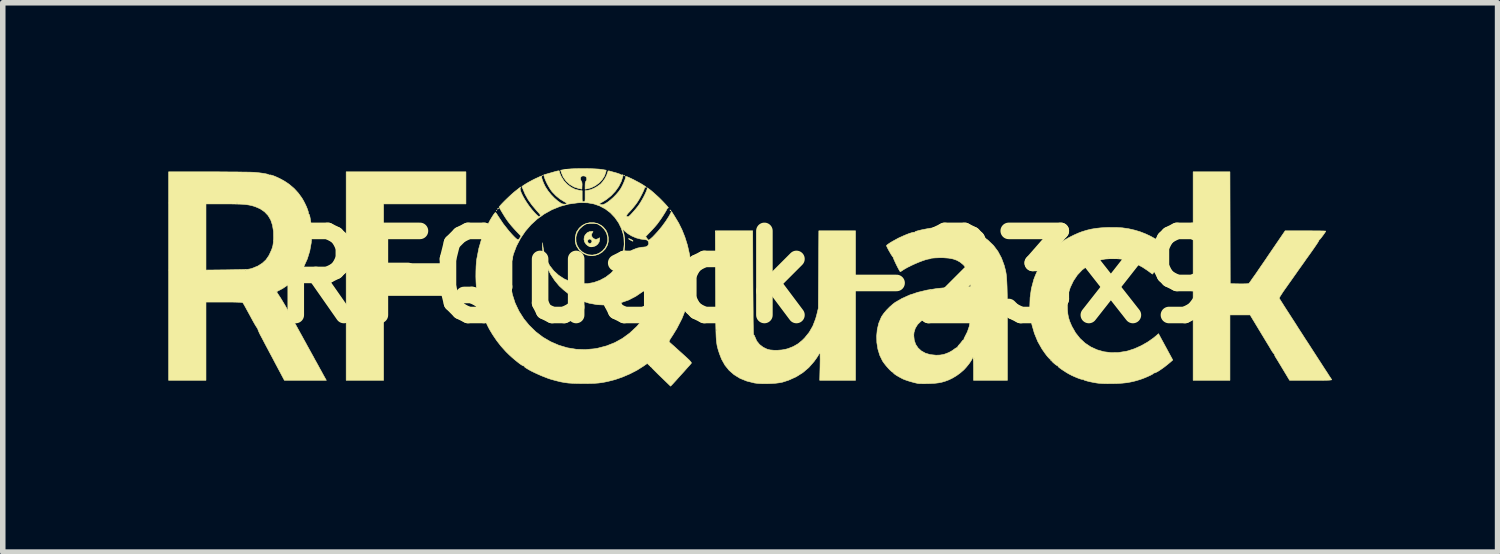
<source format=kicad_pcb>
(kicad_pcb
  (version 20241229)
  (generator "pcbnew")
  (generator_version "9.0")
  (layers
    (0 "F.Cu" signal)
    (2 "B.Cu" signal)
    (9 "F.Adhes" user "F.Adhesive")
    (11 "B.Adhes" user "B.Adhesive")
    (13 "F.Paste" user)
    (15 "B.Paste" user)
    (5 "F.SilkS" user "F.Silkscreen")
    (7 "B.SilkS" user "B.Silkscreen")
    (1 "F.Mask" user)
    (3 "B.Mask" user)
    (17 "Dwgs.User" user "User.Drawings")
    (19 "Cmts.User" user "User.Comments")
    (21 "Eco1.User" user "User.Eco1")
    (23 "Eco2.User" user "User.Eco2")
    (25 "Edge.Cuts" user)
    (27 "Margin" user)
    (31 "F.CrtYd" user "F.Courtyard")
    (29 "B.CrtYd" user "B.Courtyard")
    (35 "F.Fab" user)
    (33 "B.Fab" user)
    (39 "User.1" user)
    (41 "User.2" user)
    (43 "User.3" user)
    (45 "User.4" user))
  (footprint "RFQuack-23x9"
    (layer "F.Cu")
    (at 10.546 1.968)
    (property "Reference" "RFQuack-23x9" (at 0 0 0) (layer "F.SilkS") (effects (font (size 1.524 1.524) (thickness 0.3))))
    (attr through_hole)
    (fp_poly (pts (xy -4.593 -1.201) (xy -4.598 -1.196) (xy -4.604 -1.201) (xy -4.598 -1.206) (xy -4.593 -1.201)) (stroke (width 0.01) (type solid)) (fill yes) (layer "F.SilkS"))
    (fp_poly (pts (xy -3.757 -1.836) (xy -3.762 -1.831) (xy -3.768 -1.836) (xy -3.762 -1.841) (xy -3.757 -1.836)) (stroke (width 0.01) (type solid)) (fill yes) (layer "F.SilkS"))
    (fp_poly (pts (xy -1.799 1.625) (xy -1.804 1.63) (xy -1.81 1.625) (xy -1.804 1.619) (xy -1.799 1.625)) (stroke (width 0.01) (type solid)) (fill yes) (layer "F.SilkS"))
    (fp_poly (pts (xy 5.45 1.508) (xy 5.445 1.513) (xy 5.44 1.508) (xy 5.445 1.503) (xy 5.45 1.508)) (stroke (width 0.01) (type solid)) (fill yes) (layer "F.SilkS"))
    (fp_poly (pts (xy -2.279 -1.838) (xy -2.28 -1.832) (xy -2.286 -1.831) (xy -2.295 -1.835) (xy -2.293 -1.838) (xy -2.28 -1.839) (xy -2.279 -1.838)) (stroke (width 0.01) (type solid)) (fill yes) (layer "F.SilkS"))
    (fp_poly (pts (xy -1.452 -1.213) (xy -1.44 -1.203) (xy -1.439 -1.201) (xy -1.444 -1.196) (xy -1.455 -1.206) (xy -1.456 -1.208) (xy -1.457 -1.215) (xy -1.452 -1.213)) (stroke (width 0.01) (type solid)) (fill yes) (layer "F.SilkS"))
    (fp_poly (pts (xy -4.565 -1.242) (xy -4.567 -1.238) (xy -4.577 -1.228) (xy -4.579 -1.228) (xy -4.579 -1.235) (xy -4.577 -1.238) (xy -4.567 -1.248) (xy -4.565 -1.249) (xy -4.565 -1.242)) (stroke (width 0.01) (type solid)) (fill yes) (layer "F.SilkS"))
    (fp_poly (pts (xy -5.154 -1.323) (xy -6.646 -1.323) (xy -6.646 -0.243) (xy -5.387 -0.243) (xy -5.387 0.339) (xy -6.646 0.339) (xy -6.646 1.873) (xy -7.324 1.873) (xy -7.324 -1.905) (xy -5.154 -1.905) (xy -5.154 -1.323)) (stroke (width 0.01) (type solid)) (fill yes) (layer "F.SilkS"))
    (fp_poly (pts (xy -2.197 -0.694) (xy -2.175 -0.685) (xy -2.151 -0.673) (xy -2.133 -0.661) (xy -2.127 -0.654) (xy -2.128 -0.648) (xy -2.132 -0.648) (xy -2.146 -0.654) (xy -2.173 -0.668) (xy -2.197 -0.682) (xy -2.209 -0.692) (xy -2.209 -0.694) (xy -2.197 -0.694)) (stroke (width 0.01) (type solid)) (fill yes) (layer "F.SilkS"))
    (fp_poly (pts (xy -2.906 -1.962) (xy -2.828 -1.959) (xy -2.76 -1.955) (xy -2.708 -1.95) (xy -2.7 -1.949) (xy -2.612 -1.934) (xy -2.619 -1.901) (xy -2.643 -1.831) (xy -2.685 -1.764) (xy -2.741 -1.704) (xy -2.808 -1.654) (xy -2.883 -1.617) (xy -2.946 -1.599) (xy -2.995 -1.59) (xy -2.995 -1.656) (xy -2.993 -1.701) (xy -2.985 -1.728) (xy -2.979 -1.736) (xy -2.965 -1.76) (xy -2.967 -1.793) (xy -2.974 -1.81) (xy -2.993 -1.825) (xy -3.021 -1.831) (xy -3.05 -1.828) (xy -3.067 -1.818) (xy -3.078 -1.794) (xy -3.077 -1.763) (xy -3.064 -1.736) (xy -3.063 -1.735) (xy -3.053 -1.715) (xy -3.049 -1.682) (xy -3.05 -1.654) (xy -3.053 -1.591) (xy -3.111 -1.603) (xy -3.197 -1.631) (xy -3.274 -1.677) (xy -3.339 -1.737) (xy -3.391 -1.81) (xy -3.424 -1.888) (xy -3.438 -1.934) (xy -3.392 -1.942) (xy -2.752 -1.942) (xy -2.746 -1.937) (xy -2.741 -1.942) (xy -2.746 -1.947) (xy -2.752 -1.942) (xy -3.392 -1.942) (xy -3.351 -1.949) (xy -3.303 -1.954) (xy -3.239 -1.959) (xy -3.162 -1.962) (xy -3.078 -1.963) (xy -2.991 -1.963) (xy -2.906 -1.962)) (stroke (width 0.01) (type solid)) (fill yes) (layer "F.SilkS"))
    (fp_poly (pts (xy -2.856 -0.825) (xy -2.851 -0.82) (xy -2.86 -0.807) (xy -2.861 -0.806) (xy -2.878 -0.774) (xy -2.876 -0.74) (xy -2.858 -0.71) (xy -2.827 -0.689) (xy -2.801 -0.681) (xy -2.777 -0.686) (xy -2.763 -0.693) (xy -2.731 -0.71) (xy -2.731 -0.68) (xy -2.74 -0.634) (xy -2.766 -0.594) (xy -2.803 -0.565) (xy -2.848 -0.548) (xy -2.895 -0.546) (xy -2.925 -0.556) (xy -2.868 -0.556) (xy -2.863 -0.55) (xy -2.857 -0.556) (xy -2.863 -0.561) (xy -2.868 -0.556) (xy -2.925 -0.556) (xy -2.931 -0.558) (xy -2.957 -0.577) (xy -2.805 -0.577) (xy -2.799 -0.572) (xy -2.794 -0.577) (xy -2.799 -0.582) (xy -2.805 -0.577) (xy -2.957 -0.577) (xy -2.975 -0.59) (xy -3.003 -0.633) (xy -3.004 -0.636) (xy -2.95 -0.636) (xy -2.936 -0.617) (xy -2.918 -0.606) (xy -2.91 -0.603) (xy -2.898 -0.609) (xy -2.885 -0.617) (xy -2.871 -0.638) (xy -2.874 -0.663) (xy -2.892 -0.681) (xy -2.915 -0.687) (xy -2.936 -0.677) (xy -2.948 -0.658) (xy -2.95 -0.636) (xy -3.004 -0.636) (xy -3.015 -0.681) (xy -3.009 -0.729) (xy -2.992 -0.763) (xy -2.956 -0.802) (xy -2.912 -0.822) (xy -2.88 -0.825) (xy -2.856 -0.825)) (stroke (width 0.01) (type solid)) (fill yes) (layer "F.SilkS"))
    (fp_poly (pts (xy -2.769 -0.968) (xy -2.702 -0.933) (xy -2.663 -0.902) (xy -2.615 -0.844) (xy -2.586 -0.779) (xy -2.574 -0.712) (xy -2.575 -0.637) (xy -2.593 -0.571) (xy -2.629 -0.509) (xy -2.634 -0.502) (xy -2.686 -0.45) (xy -2.749 -0.412) (xy -2.82 -0.389) (xy -2.894 -0.384) (xy -2.965 -0.398) (xy -2.969 -0.399) (xy -3.043 -0.436) (xy -3.103 -0.488) (xy -3.146 -0.553) (xy -3.164 -0.597) (xy -3.173 -0.645) (xy -3.173 -0.702) (xy -3.172 -0.71) (xy -3.161 -0.71) (xy -3.159 -0.635) (xy -3.138 -0.568) (xy -3.103 -0.509) (xy -3.055 -0.46) (xy -2.997 -0.424) (xy -2.933 -0.402) (xy -2.864 -0.396) (xy -2.794 -0.408) (xy -2.739 -0.431) (xy -2.676 -0.476) (xy -2.629 -0.532) (xy -2.598 -0.595) (xy -2.585 -0.662) (xy -2.588 -0.731) (xy -2.608 -0.798) (xy -2.646 -0.861) (xy -2.7 -0.916) (xy -2.714 -0.926) (xy -2.743 -0.945) (xy -2.765 -0.958) (xy -2.788 -0.965) (xy -2.817 -0.968) (xy -2.859 -0.968) (xy -2.873 -0.968) (xy -2.92 -0.968) (xy -2.952 -0.966) (xy -2.976 -0.96) (xy -2.997 -0.95) (xy -3.024 -0.932) (xy -3.033 -0.926) (xy -3.094 -0.871) (xy -3.136 -0.807) (xy -3.158 -0.734) (xy -3.161 -0.71) (xy -3.172 -0.71) (xy -3.165 -0.76) (xy -3.151 -0.81) (xy -3.146 -0.82) (xy -3.102 -0.884) (xy -3.046 -0.933) (xy -2.982 -0.966) (xy -2.912 -0.983) (xy -2.839 -0.984) (xy -2.769 -0.968)) (stroke (width 0.01) (type solid)) (fill yes) (layer "F.SilkS"))
    (fp_poly (pts (xy 0.046 0.082) (xy 0.047 0.248) (xy 0.048 0.395) (xy 0.049 0.522) (xy 0.05 0.633) (xy 0.05 0.727) (xy 0.051 0.806) (xy 0.052 0.871) (xy 0.053 0.924) (xy 0.054 0.966) (xy 0.055 0.998) (xy 0.056 1.022) (xy 0.058 1.037) (xy 0.059 1.047) (xy 0.061 1.052) (xy 0.063 1.053) (xy 0.065 1.052) (xy 0.071 1.059) (xy 0.08 1.08) (xy 0.083 1.088) (xy 0.115 1.161) (xy 0.166 1.224) (xy 0.233 1.275) (xy 0.302 1.308) (xy 0.355 1.322) (xy 0.423 1.328) (xy 0.498 1.328) (xy 0.574 1.322) (xy 0.646 1.308) (xy 0.683 1.298) (xy 0.777 1.261) (xy 0.86 1.213) (xy 0.938 1.15) (xy 0.984 1.104) (xy 1.065 1.004) (xy 1.131 0.89) (xy 1.181 0.761) (xy 1.203 0.683) (xy 1.231 0.566) (xy 1.236 -0.135) (xy 1.24 -0.836) (xy 1.572 -0.836) (xy 1.905 -0.836) (xy 1.905 1.873) (xy 1.256 1.873) (xy 1.262 1.625) (xy 1.263 1.555) (xy 1.264 1.492) (xy 1.263 1.44) (xy 1.263 1.402) (xy 1.261 1.38) (xy 1.26 1.376) (xy 1.252 1.384) (xy 1.238 1.406) (xy 1.233 1.415) (xy 1.217 1.442) (xy 1.192 1.479) (xy 1.163 1.519) (xy 1.152 1.534) (xy 1.059 1.64) (xy 0.951 1.732) (xy 0.829 1.809) (xy 0.694 1.87) (xy 0.583 1.906) (xy 0.527 1.917) (xy 0.456 1.926) (xy 0.376 1.931) (xy 0.291 1.934) (xy 0.208 1.933) (xy 0.133 1.929) (xy 0.072 1.921) (xy 0.069 1.92) (xy -0.067 1.886) (xy -0.188 1.837) (xy -0.294 1.772) (xy -0.385 1.693) (xy -0.461 1.599) (xy -0.522 1.49) (xy -0.561 1.389) (xy -0.572 1.355) (xy -0.582 1.325) (xy -0.59 1.296) (xy -0.598 1.267) (xy -0.604 1.238) (xy -0.609 1.206) (xy -0.614 1.169) (xy -0.618 1.128) (xy -0.621 1.079) (xy -0.623 1.022) (xy -0.625 0.963) (xy -0.624 0.963) (xy -0.621 0.972) (xy -0.617 0.97) (xy -0.616 0.958) (xy -0.617 0.956) (xy -0.624 0.957) (xy -0.624 0.963) (xy -0.625 0.963) (xy -0.625 0.955) (xy -0.627 0.877) (xy -0.628 0.786) (xy -0.629 0.68) (xy -0.63 0.559) (xy -0.631 0.421) (xy -0.631 0.264) (xy -0.632 0.14) (xy -0.636 -0.82) (xy -0.624 -0.82) (xy -0.619 -0.815) (xy -0.614 -0.82) (xy -0.619 -0.826) (xy -0.624 -0.82) (xy -0.636 -0.82) (xy -0.636 -0.836) (xy 0.042 -0.836) (xy 0.046 0.082)) (stroke (width 0.01) (type solid)) (fill yes) (layer "F.SilkS"))
    (fp_poly (pts (xy 8.694 0.122) (xy 8.857 0.125) (xy 8.929 0.125) (xy 8.982 0.124) (xy 9.017 0.121) (xy 9.034 0.116) (xy 9.034 0.115) (xy 9.043 0.104) (xy 9.063 0.077) (xy 9.091 0.036) (xy 9.129 -0.017) (xy 9.174 -0.081) (xy 9.224 -0.155) (xy 9.28 -0.236) (xy 9.34 -0.323) (xy 9.369 -0.367) (xy 9.689 -0.836) (xy 10.057 -0.836) (xy 10.143 -0.836) (xy 10.221 -0.835) (xy 10.291 -0.835) (xy 10.348 -0.834) (xy 10.391 -0.833) (xy 10.417 -0.832) (xy 10.425 -0.83) (xy 10.419 -0.818) (xy 10.404 -0.795) (xy 10.383 -0.765) (xy 10.359 -0.733) (xy 10.337 -0.704) (xy 10.319 -0.683) (xy 10.309 -0.674) (xy 10.309 -0.674) (xy 10.302 -0.668) (xy 10.301 -0.662) (xy 10.297 -0.652) (xy 10.284 -0.63) (xy 10.262 -0.596) (xy 10.23 -0.549) (xy 10.187 -0.487) (xy 10.133 -0.411) (xy 10.067 -0.319) (xy 10.044 -0.286) (xy 10.02 -0.252) (xy 9.988 -0.207) (xy 9.95 -0.154) (xy 9.911 -0.099) (xy 9.894 -0.074) (xy 9.85 -0.012) (xy 9.8 0.059) (xy 9.748 0.132) (xy 9.7 0.2) (xy 9.685 0.221) (xy 9.65 0.271) (xy 9.621 0.316) (xy 9.598 0.352) (xy 9.585 0.377) (xy 9.582 0.386) (xy 9.588 0.397) (xy 9.605 0.423) (xy 9.631 0.464) (xy 9.665 0.518) (xy 9.707 0.584) (xy 9.756 0.659) (xy 9.809 0.742) (xy 9.867 0.831) (xy 9.927 0.926) (xy 9.99 1.023) (xy 10.054 1.123) (xy 10.119 1.222) (xy 10.182 1.32) (xy 10.243 1.414) (xy 10.301 1.504) (xy 10.355 1.587) (xy 10.403 1.662) (xy 10.446 1.727) (xy 10.481 1.782) (xy 10.508 1.823) (xy 10.526 1.85) (xy 10.533 1.86) (xy 10.532 1.864) (xy 10.521 1.866) (xy 10.5 1.869) (xy 10.466 1.871) (xy 10.417 1.872) (xy 10.352 1.873) (xy 10.27 1.873) (xy 10.168 1.873) (xy 10.157 1.873) (xy 9.77 1.873) (xy 9.651 1.675) (xy 9.615 1.615) (xy 9.581 1.559) (xy 9.552 1.511) (xy 9.529 1.474) (xy 9.515 1.451) (xy 9.512 1.447) (xy 9.5 1.424) (xy 9.499 1.407) (xy 9.5 1.406) (xy 9.501 1.398) (xy 9.497 1.4) (xy 9.488 1.394) (xy 9.471 1.374) (xy 9.45 1.344) (xy 9.445 1.335) (xy 9.429 1.309) (xy 9.404 1.266) (xy 9.371 1.212) (xy 9.332 1.148) (xy 9.29 1.078) (xy 9.245 1.004) (xy 9.228 0.976) (xy 9.054 0.688) (xy 8.871 0.688) (xy 8.689 0.688) (xy 8.689 1.873) (xy 8.022 1.873) (xy 8.022 -1.905) (xy 8.689 -1.905) (xy 8.694 0.122)) (stroke (width 0.01) (type solid)) (fill yes) (layer "F.SilkS"))
    (fp_poly (pts (xy 6.74 -0.89) (xy 6.851 -0.874) (xy 6.96 -0.849) (xy 7.058 -0.82) (xy 7.156 -0.782) (xy 7.254 -0.736) (xy 7.349 -0.683) (xy 7.435 -0.627) (xy 7.509 -0.57) (xy 7.548 -0.532) (xy 7.577 -0.502) (xy 7.502 -0.386) (xy 7.468 -0.333) (xy 7.433 -0.278) (xy 7.401 -0.229) (xy 7.378 -0.194) (xy 7.355 -0.16) (xy 7.336 -0.136) (xy 7.324 -0.124) (xy 7.321 -0.123) (xy 7.317 -0.12) (xy 7.318 -0.114) (xy 7.316 -0.097) (xy 7.304 -0.076) (xy 7.285 -0.051) (xy 7.196 -0.117) (xy 7.107 -0.176) (xy 7.009 -0.229) (xy 6.908 -0.273) (xy 6.812 -0.305) (xy 6.8 -0.308) (xy 6.713 -0.324) (xy 6.617 -0.332) (xy 6.518 -0.331) (xy 6.424 -0.324) (xy 6.345 -0.308) (xy 6.222 -0.265) (xy 6.111 -0.204) (xy 6.011 -0.127) (xy 5.924 -0.035) (xy 5.853 0.071) (xy 5.796 0.19) (xy 5.767 0.281) (xy 5.756 0.326) (xy 5.749 0.373) (xy 5.745 0.426) (xy 5.743 0.493) (xy 5.743 0.508) (xy 5.745 0.597) (xy 5.752 0.671) (xy 5.765 0.739) (xy 5.786 0.805) (xy 5.817 0.878) (xy 5.826 0.897) (xy 5.892 1.013) (xy 5.972 1.114) (xy 6.064 1.199) (xy 6.168 1.268) (xy 6.282 1.32) (xy 6.404 1.355) (xy 6.534 1.371) (xy 6.669 1.369) (xy 6.809 1.347) (xy 6.842 1.339) (xy 6.958 1.301) (xy 7.077 1.248) (xy 7.193 1.183) (xy 7.299 1.109) (xy 7.336 1.079) (xy 7.395 1.028) (xy 7.453 1.136) (xy 7.482 1.189) (xy 7.516 1.252) (xy 7.552 1.318) (xy 7.582 1.374) (xy 7.653 1.505) (xy 7.603 1.549) (xy 7.552 1.591) (xy 7.5 1.632) (xy 7.448 1.669) (xy 7.401 1.701) (xy 7.36 1.724) (xy 7.33 1.738) (xy 7.312 1.74) (xy 7.312 1.74) (xy 7.304 1.739) (xy 7.306 1.743) (xy 7.3 1.752) (xy 7.278 1.766) (xy 7.243 1.784) (xy 7.199 1.804) (xy 7.15 1.825) (xy 7.099 1.845) (xy 7.051 1.861) (xy 7.046 1.863) (xy 6.966 1.886) (xy 6.892 1.903) (xy 6.82 1.916) (xy 6.743 1.924) (xy 6.656 1.93) (xy 6.572 1.932) (xy 6.466 1.933) (xy 6.379 1.931) (xy 6.311 1.926) (xy 6.279 1.922) (xy 6.215 1.911) (xy 6.156 1.899) (xy 6.106 1.887) (xy 6.068 1.876) (xy 6.044 1.867) (xy 6.039 1.861) (xy 6.036 1.856) (xy 6.029 1.858) (xy 6.011 1.857) (xy 5.977 1.848) (xy 5.933 1.832) (xy 5.88 1.81) (xy 5.824 1.785) (xy 5.805 1.775) (xy 5.765 1.754) (xy 5.721 1.728) (xy 5.678 1.7) (xy 5.637 1.673) (xy 5.604 1.649) (xy 5.581 1.63) (xy 5.573 1.619) (xy 5.573 1.618) (xy 5.572 1.611) (xy 5.569 1.611) (xy 5.556 1.606) (xy 5.533 1.591) (xy 5.506 1.569) (xy 5.48 1.546) (xy 5.461 1.525) (xy 5.453 1.512) (xy 5.453 1.511) (xy 5.448 1.499) (xy 5.443 1.498) (xy 5.428 1.489) (xy 5.403 1.464) (xy 5.371 1.427) (xy 5.335 1.379) (xy 5.296 1.323) (xy 5.284 1.306) (xy 5.207 1.17) (xy 5.146 1.022) (xy 5.101 0.866) (xy 5.073 0.704) (xy 5.066 0.609) (xy 5.069 0.609) (xy 5.075 0.614) (xy 5.08 0.609) (xy 5.075 0.603) (xy 5.069 0.609) (xy 5.066 0.609) (xy 5.062 0.539) (xy 5.068 0.373) (xy 5.091 0.211) (xy 5.133 0.054) (xy 5.134 0.048) (xy 5.154 -0.004) (xy 5.178 -0.062) (xy 5.206 -0.121) (xy 5.236 -0.179) (xy 5.266 -0.233) (xy 5.295 -0.281) (xy 5.32 -0.319) (xy 5.341 -0.344) (xy 5.341 -0.344) (xy 6.477 -0.344) (xy 6.482 -0.339) (xy 6.488 -0.344) (xy 6.657 -0.344) (xy 6.662 -0.339) (xy 6.668 -0.344) (xy 6.662 -0.349) (xy 6.657 -0.344) (xy 6.488 -0.344) (xy 6.482 -0.349) (xy 6.477 -0.344) (xy 5.341 -0.344) (xy 5.355 -0.353) (xy 5.358 -0.353) (xy 5.364 -0.353) (xy 5.362 -0.358) (xy 5.365 -0.371) (xy 5.382 -0.395) (xy 5.41 -0.427) (xy 5.445 -0.464) (xy 5.486 -0.505) (xy 5.53 -0.545) (xy 5.573 -0.583) (xy 5.614 -0.615) (xy 5.614 -0.616) (xy 5.687 -0.665) (xy 5.772 -0.714) (xy 5.863 -0.76) (xy 5.952 -0.799) (xy 6.005 -0.819) (xy 6.092 -0.846) (xy 6.175 -0.866) (xy 6.26 -0.88) (xy 6.352 -0.89) (xy 6.458 -0.896) (xy 6.488 -0.896) (xy 6.621 -0.897) (xy 6.74 -0.89)) (stroke (width 0.01) (type solid)) (fill yes) (layer "F.SilkS"))
    (fp_poly (pts (xy -9.803 -1.905) (xy -9.677 -1.905) (xy -9.554 -1.904) (xy -9.438 -1.903) (xy -9.33 -1.903) (xy -9.231 -1.901) (xy -9.145 -1.9) (xy -9.072 -1.899) (xy -9.015 -1.897) (xy -8.977 -1.895) (xy -8.964 -1.894) (xy -8.893 -1.886) (xy -8.831 -1.878) (xy -8.781 -1.869) (xy -8.746 -1.861) (xy -8.728 -1.854) (xy -8.727 -1.851) (xy -8.724 -1.846) (xy -8.716 -1.848) (xy -8.693 -1.848) (xy -8.655 -1.838) (xy -8.608 -1.82) (xy -8.553 -1.795) (xy -8.495 -1.766) (xy -8.437 -1.733) (xy -8.384 -1.698) (xy -8.353 -1.676) (xy -8.266 -1.602) (xy -8.192 -1.521) (xy -8.127 -1.432) (xy -8.098 -1.383) (xy -8.07 -1.329) (xy -8.044 -1.274) (xy -8.024 -1.224) (xy -8.011 -1.183) (xy -8.007 -1.163) (xy -8.005 -1.143) (xy -8 -1.138) (xy -7.993 -1.132) (xy -7.985 -1.109) (xy -7.977 -1.071) (xy -7.969 -1.023) (xy -7.961 -0.967) (xy -7.955 -0.907) (xy -7.951 -0.848) (xy -7.949 -0.791) (xy -7.948 -0.773) (xy -7.957 -0.617) (xy -7.984 -0.467) (xy -8.028 -0.326) (xy -8.088 -0.194) (xy -8.163 -0.073) (xy -8.253 0.035) (xy -8.356 0.129) (xy -8.471 0.207) (xy -8.517 0.232) (xy -8.55 0.249) (xy -8.573 0.262) (xy -8.583 0.269) (xy -8.583 0.269) (xy -8.578 0.279) (xy -8.563 0.303) (xy -8.541 0.337) (xy -8.521 0.367) (xy -8.493 0.412) (xy -8.459 0.469) (xy -8.422 0.531) (xy -8.388 0.592) (xy -8.382 0.603) (xy -8.351 0.66) (xy -8.313 0.73) (xy -8.272 0.805) (xy -8.23 0.88) (xy -8.199 0.937) (xy -8.162 1.004) (xy -8.123 1.074) (xy -8.086 1.142) (xy -8.053 1.201) (xy -8.03 1.244) (xy -7.999 1.3) (xy -7.966 1.36) (xy -7.935 1.416) (xy -7.916 1.45) (xy -7.891 1.497) (xy -7.859 1.554) (xy -7.826 1.614) (xy -7.8 1.662) (xy -7.772 1.712) (xy -7.746 1.76) (xy -7.724 1.8) (xy -7.708 1.828) (xy -7.708 1.828) (xy -7.683 1.873) (xy -8.443 1.873) (xy -8.616 1.548) (xy -8.66 1.464) (xy -8.705 1.38) (xy -8.748 1.299) (xy -8.788 1.224) (xy -8.822 1.159) (xy -8.849 1.107) (xy -8.86 1.087) (xy -8.886 1.038) (xy -8.906 0.995) (xy -8.92 0.962) (xy -8.926 0.943) (xy -8.926 0.939) (xy -8.925 0.933) (xy -8.928 0.934) (xy -8.935 0.927) (xy -8.951 0.903) (xy -8.974 0.866) (xy -9.002 0.817) (xy -9.034 0.759) (xy -9.059 0.712) (xy -9.094 0.648) (xy -9.126 0.59) (xy -9.153 0.54) (xy -9.175 0.501) (xy -9.19 0.477) (xy -9.195 0.47) (xy -9.203 0.465) (xy -9.219 0.462) (xy -9.244 0.459) (xy -9.282 0.458) (xy -9.334 0.456) (xy -9.402 0.455) (xy -9.488 0.455) (xy -9.536 0.455) (xy -9.864 0.455) (xy -9.864 1.873) (xy -10.541 1.873) (xy -10.541 -0.122) (xy -9.155 -0.122) (xy -9.149 -0.116) (xy -9.144 -0.122) (xy -9.149 -0.127) (xy -9.155 -0.122) (xy -10.541 -0.122) (xy -10.541 -1.323) (xy -9.864 -1.323) (xy -9.864 -0.125) (xy -9.48 -0.129) (xy -9.379 -0.131) (xy -9.296 -0.132) (xy -9.23 -0.133) (xy -9.178 -0.135) (xy -9.137 -0.137) (xy -9.106 -0.139) (xy -9.08 -0.143) (xy -9.059 -0.147) (xy -9.04 -0.152) (xy -9.026 -0.157) (xy -8.926 -0.197) (xy -8.844 -0.249) (xy -8.776 -0.312) (xy -8.722 -0.391) (xy -8.678 -0.486) (xy -8.676 -0.49) (xy -8.661 -0.533) (xy -8.651 -0.572) (xy -8.645 -0.613) (xy -8.641 -0.661) (xy -7.969 -0.661) (xy -7.964 -0.656) (xy -7.959 -0.661) (xy -7.964 -0.667) (xy -7.969 -0.661) (xy -8.641 -0.661) (xy -8.641 -0.665) (xy -8.639 -0.704) (xy -8.641 -0.828) (xy -8.652 -0.894) (xy -7.969 -0.894) (xy -7.964 -0.889) (xy -7.959 -0.894) (xy -7.964 -0.9) (xy -7.969 -0.894) (xy -8.652 -0.894) (xy -8.659 -0.938) (xy -8.691 -1.033) (xy -8.739 -1.114) (xy -8.803 -1.181) (xy -8.882 -1.235) (xy -8.958 -1.268) (xy -9 -1.283) (xy -9.04 -1.294) (xy -9.082 -1.303) (xy -9.128 -1.31) (xy -9.182 -1.316) (xy -9.245 -1.319) (xy -9.321 -1.321) (xy -9.412 -1.323) (xy -9.522 -1.323) (xy -9.53 -1.323) (xy -9.864 -1.323) (xy -10.541 -1.323) (xy -10.541 -1.341) (xy -9.31 -1.341) (xy -9.308 -1.334) (xy -9.303 -1.333) (xy -9.294 -1.337) (xy -9.296 -1.341) (xy -9.308 -1.342) (xy -9.31 -1.341) (xy -10.541 -1.341) (xy -10.541 -1.905) (xy -9.803 -1.905)) (stroke (width 0.01) (type solid)) (fill yes) (layer "F.SilkS"))
    (fp_poly (pts (xy 3.562 -0.897) (xy 3.643 -0.894) (xy 3.719 -0.89) (xy 3.784 -0.884) (xy 3.833 -0.876) (xy 3.836 -0.875) (xy 3.906 -0.858) (xy 3.961 -0.843) (xy 4.001 -0.83) (xy 4.023 -0.819) (xy 4.026 -0.814) (xy 4.029 -0.809) (xy 4.036 -0.811) (xy 4.054 -0.809) (xy 4.086 -0.797) (xy 4.127 -0.778) (xy 4.173 -0.752) (xy 4.222 -0.724) (xy 4.267 -0.694) (xy 4.306 -0.665) (xy 4.31 -0.661) (xy 4.405 -0.57) (xy 4.484 -0.465) (xy 4.549 -0.344) (xy 4.599 -0.209) (xy 4.619 -0.132) (xy 4.626 -0.102) (xy 4.632 -0.07) (xy 4.637 -0.035) (xy 4.641 0.005) (xy 4.644 0.051) (xy 4.647 0.105) (xy 4.65 0.167) (xy 4.652 0.241) (xy 4.654 0.326) (xy 4.655 0.425) (xy 4.656 0.54) (xy 4.656 0.67) (xy 4.657 0.819) (xy 4.657 0.987) (xy 4.657 1.012) (xy 4.657 1.873) (xy 4.043 1.873) (xy 4.043 1.667) (xy 4.042 1.59) (xy 4.041 1.53) (xy 4.038 1.488) (xy 4.037 1.476) (xy 4.053 1.476) (xy 4.059 1.482) (xy 4.064 1.476) (xy 4.059 1.471) (xy 4.053 1.476) (xy 4.037 1.476) (xy 4.035 1.465) (xy 4.032 1.46) (xy 4.022 1.469) (xy 4.022 1.472) (xy 4.015 1.491) (xy 3.997 1.521) (xy 3.972 1.559) (xy 3.941 1.599) (xy 3.908 1.639) (xy 3.876 1.674) (xy 3.865 1.685) (xy 3.804 1.738) (xy 3.734 1.789) (xy 3.662 1.832) (xy 3.597 1.864) (xy 3.53 1.889) (xy 3.469 1.907) (xy 3.407 1.919) (xy 3.339 1.927) (xy 3.257 1.931) (xy 3.228 1.932) (xy 3.169 1.933) (xy 3.116 1.933) (xy 3.073 1.932) (xy 3.045 1.931) (xy 3.037 1.93) (xy 2.983 1.918) (xy 2.923 1.902) (xy 2.862 1.884) (xy 2.809 1.866) (xy 2.768 1.85) (xy 2.76 1.846) (xy 2.703 1.816) (xy 2.654 1.788) (xy 2.618 1.764) (xy 2.595 1.745) (xy 2.589 1.734) (xy 2.589 1.733) (xy 2.589 1.727) (xy 2.585 1.729) (xy 2.573 1.725) (xy 2.551 1.707) (xy 2.522 1.68) (xy 2.49 1.645) (xy 2.457 1.607) (xy 2.427 1.569) (xy 2.402 1.534) (xy 2.394 1.522) (xy 2.344 1.419) (xy 2.31 1.307) (xy 2.291 1.189) (xy 2.288 1.069) (xy 2.289 1.058) (xy 2.96 1.058) (xy 2.969 1.145) (xy 2.995 1.222) (xy 3.039 1.287) (xy 3.098 1.341) (xy 3.171 1.381) (xy 3.258 1.407) (xy 3.356 1.417) (xy 3.368 1.418) (xy 3.437 1.415) (xy 3.493 1.406) (xy 3.527 1.396) (xy 3.597 1.369) (xy 3.659 1.334) (xy 3.705 1.3) (xy 3.73 1.284) (xy 3.748 1.277) (xy 3.752 1.278) (xy 3.756 1.279) (xy 3.754 1.274) (xy 3.757 1.26) (xy 3.772 1.24) (xy 3.779 1.232) (xy 3.806 1.202) (xy 3.83 1.171) (xy 3.833 1.167) (xy 3.849 1.146) (xy 3.863 1.139) (xy 3.865 1.139) (xy 3.872 1.14) (xy 3.869 1.134) (xy 3.87 1.119) (xy 3.881 1.094) (xy 3.887 1.083) (xy 3.932 0.994) (xy 3.966 0.894) (xy 3.985 0.788) (xy 3.99 0.707) (xy 3.99 0.635) (xy 3.825 0.635) (xy 3.661 0.64) (xy 3.512 0.654) (xy 3.381 0.678) (xy 3.266 0.71) (xy 3.17 0.752) (xy 3.091 0.802) (xy 3.03 0.861) (xy 2.988 0.929) (xy 2.965 1.004) (xy 2.96 1.058) (xy 2.289 1.058) (xy 2.299 0.951) (xy 2.326 0.838) (xy 2.369 0.735) (xy 2.381 0.712) (xy 2.418 0.659) (xy 2.467 0.601) (xy 2.523 0.544) (xy 2.581 0.493) (xy 2.623 0.461) (xy 2.748 0.389) (xy 2.886 0.327) (xy 3.037 0.277) (xy 3.202 0.238) (xy 3.26 0.238) (xy 3.265 0.243) (xy 3.27 0.238) (xy 3.265 0.233) (xy 3.26 0.238) (xy 3.202 0.238) (xy 3.203 0.238) (xy 3.386 0.209) (xy 3.585 0.19) (xy 3.754 0.183) (xy 3.99 0.177) (xy 3.99 0.133) (xy 3.981 0.031) (xy 3.957 -0.063) (xy 3.918 -0.146) (xy 3.865 -0.214) (xy 3.856 -0.223) (xy 3.801 -0.268) (xy 3.741 -0.302) (xy 3.673 -0.326) (xy 3.593 -0.341) (xy 3.499 -0.348) (xy 3.412 -0.348) (xy 3.358 -0.346) (xy 3.314 -0.343) (xy 3.283 -0.34) (xy 3.267 -0.337) (xy 3.267 -0.336) (xy 3.262 -0.33) (xy 3.248 -0.328) (xy 3.216 -0.323) (xy 3.168 -0.31) (xy 3.11 -0.29) (xy 3.045 -0.265) (xy 2.977 -0.236) (xy 2.91 -0.205) (xy 2.848 -0.174) (xy 2.795 -0.144) (xy 2.766 -0.126) (xy 2.739 -0.108) (xy 2.721 -0.097) (xy 2.716 -0.095) (xy 2.708 -0.104) (xy 2.694 -0.128) (xy 2.675 -0.163) (xy 2.654 -0.204) (xy 2.633 -0.247) (xy 2.614 -0.288) (xy 2.599 -0.322) (xy 2.59 -0.345) (xy 2.589 -0.353) (xy 2.591 -0.359) (xy 2.588 -0.357) (xy 2.58 -0.363) (xy 2.566 -0.384) (xy 2.546 -0.414) (xy 2.525 -0.451) (xy 2.503 -0.489) (xy 2.485 -0.524) (xy 2.472 -0.551) (xy 2.466 -0.568) (xy 2.466 -0.568) (xy 2.475 -0.579) (xy 2.499 -0.597) (xy 2.535 -0.621) (xy 2.579 -0.647) (xy 2.628 -0.674) (xy 2.677 -0.701) (xy 2.704 -0.714) (xy 2.766 -0.742) (xy 2.825 -0.767) (xy 2.879 -0.788) (xy 2.924 -0.802) (xy 2.956 -0.81) (xy 2.971 -0.81) (xy 2.981 -0.81) (xy 2.98 -0.814) (xy 2.986 -0.821) (xy 3.011 -0.83) (xy 3.05 -0.841) (xy 3.101 -0.853) (xy 3.16 -0.865) (xy 3.224 -0.877) (xy 3.272 -0.885) (xy 3.329 -0.891) (xy 3.4 -0.895) (xy 3.479 -0.897) (xy 3.562 -0.897)) (stroke (width 0.01) (type solid)) (fill yes) (layer "F.SilkS"))
    (fp_poly (pts (xy -3.465 -1.922) (xy -3.461 -1.917) (xy -3.461 -1.909) (xy -3.461 -1.908) (xy -3.456 -1.888) (xy -3.444 -1.857) (xy -3.427 -1.819) (xy -3.423 -1.812) (xy -3.377 -1.739) (xy -3.317 -1.675) (xy -3.248 -1.624) (xy -3.173 -1.587) (xy -3.1 -1.57) (xy -3.048 -1.563) (xy -3.048 -1.464) (xy -3.048 -1.418) (xy -3.047 -1.389) (xy -3.043 -1.373) (xy -3.036 -1.367) (xy -3.025 -1.365) (xy -3.022 -1.365) (xy -3.009 -1.366) (xy -3.001 -1.371) (xy -2.997 -1.384) (xy -2.995 -1.409) (xy -2.995 -1.45) (xy -2.995 -1.464) (xy -2.995 -1.564) (xy -2.948 -1.569) (xy -2.895 -1.581) (xy -2.834 -1.606) (xy -2.774 -1.64) (xy -2.722 -1.678) (xy -2.711 -1.687) (xy -2.671 -1.733) (xy -2.633 -1.787) (xy -2.604 -1.843) (xy -2.588 -1.892) (xy -2.579 -1.916) (xy -2.567 -1.923) (xy -2.563 -1.922) (xy -2.546 -1.917) (xy -2.513 -1.908) (xy -2.471 -1.896) (xy -2.442 -1.889) (xy -2.4 -1.876) (xy -2.367 -1.864) (xy -2.348 -1.855) (xy -2.344 -1.852) (xy -2.34 -1.848) (xy -2.327 -1.849) (xy -2.311 -1.851) (xy -2.307 -1.842) (xy -2.31 -1.824) (xy -2.339 -1.732) (xy -2.385 -1.64) (xy -2.448 -1.552) (xy -2.523 -1.472) (xy -2.609 -1.403) (xy -2.678 -1.36) (xy -2.713 -1.341) (xy -2.73 -1.328) (xy -2.729 -1.319) (xy -2.712 -1.312) (xy -2.697 -1.309) (xy -2.668 -1.311) (xy -2.629 -1.328) (xy -2.584 -1.357) (xy -2.534 -1.396) (xy -2.483 -1.441) (xy -2.433 -1.492) (xy -2.388 -1.544) (xy -2.351 -1.597) (xy -2.346 -1.605) (xy -2.324 -1.645) (xy -2.303 -1.689) (xy -2.284 -1.734) (xy -2.269 -1.773) (xy -2.26 -1.804) (xy -2.26 -1.82) (xy -2.26 -1.821) (xy -2.256 -1.823) (xy -2.236 -1.817) (xy -2.205 -1.804) (xy -2.164 -1.785) (xy -2.118 -1.763) (xy -2.069 -1.737) (xy -2.02 -1.711) (xy -1.976 -1.686) (xy -1.95 -1.67) (xy -1.91 -1.644) (xy -1.889 -1.628) (xy -1.885 -1.622) (xy -1.9 -1.626) (xy -1.913 -1.625) (xy -1.916 -1.619) (xy -1.921 -1.6) (xy -1.934 -1.567) (xy -1.954 -1.524) (xy -1.978 -1.477) (xy -2.004 -1.428) (xy -2.03 -1.384) (xy -2.05 -1.353) (xy -2.08 -1.311) (xy -2.12 -1.261) (xy -2.161 -1.213) (xy -2.179 -1.193) (xy -2.215 -1.155) (xy -2.236 -1.128) (xy -2.246 -1.111) (xy -2.245 -1.102) (xy -2.243 -1.1) (xy -2.223 -1.091) (xy -2.216 -1.09) (xy -2.202 -1.098) (xy -2.178 -1.119) (xy -2.148 -1.151) (xy -2.113 -1.19) (xy -2.077 -1.232) (xy -2.042 -1.275) (xy -2.019 -1.307) (xy -1.992 -1.348) (xy -1.964 -1.395) (xy -1.936 -1.445) (xy -1.911 -1.495) (xy -1.89 -1.541) (xy -1.875 -1.578) (xy -1.869 -1.603) (xy -1.869 -1.611) (xy -1.868 -1.615) (xy -1.855 -1.607) (xy -1.83 -1.589) (xy -1.798 -1.564) (xy -1.76 -1.532) (xy -1.72 -1.496) (xy -1.679 -1.459) (xy -1.648 -1.43) (xy -1.613 -1.395) (xy -1.578 -1.359) (xy -1.545 -1.324) (xy -1.517 -1.293) (xy -1.497 -1.269) (xy -1.486 -1.254) (xy -1.487 -1.251) (xy -1.488 -1.252) (xy -1.5 -1.248) (xy -1.513 -1.228) (xy -1.514 -1.225) (xy -1.529 -1.196) (xy -1.554 -1.155) (xy -1.585 -1.106) (xy -1.619 -1.054) (xy -1.655 -1.004) (xy -1.687 -0.96) (xy -1.702 -0.942) (xy -1.732 -0.907) (xy -1.77 -0.865) (xy -1.81 -0.822) (xy -1.824 -0.808) (xy -1.897 -0.732) (xy -1.874 -0.699) (xy -1.858 -0.678) (xy -1.847 -0.667) (xy -1.845 -0.667) (xy -1.829 -0.674) (xy -1.802 -0.696) (xy -1.767 -0.728) (xy -1.727 -0.77) (xy -1.684 -0.817) (xy -1.681 -0.82) (xy -1.602 -0.915) (xy -1.534 -1.008) (xy -1.478 -1.095) (xy -1.46 -1.127) (xy -1.429 -1.187) (xy -1.372 -1.097) (xy -1.299 -0.976) (xy -1.239 -0.854) (xy -1.187 -0.724) (xy -1.142 -0.581) (xy -1.137 -0.561) (xy -1.099 -0.393) (xy -1.076 -0.217) (xy -1.068 -0.038) (xy -1.075 0.138) (xy -1.097 0.306) (xy -1.111 0.376) (xy -1.166 0.567) (xy -1.24 0.754) (xy -1.333 0.935) (xy -1.403 1.049) (xy -1.435 1.098) (xy -1.456 1.131) (xy -1.468 1.154) (xy -1.472 1.168) (xy -1.47 1.178) (xy -1.463 1.185) (xy -1.463 1.185) (xy -1.45 1.197) (xy -1.424 1.22) (xy -1.386 1.253) (xy -1.341 1.294) (xy -1.289 1.341) (xy -1.251 1.375) (xy -1.19 1.43) (xy -1.144 1.472) (xy -1.11 1.504) (xy -1.088 1.528) (xy -1.075 1.544) (xy -1.069 1.556) (xy -1.07 1.563) (xy -1.072 1.565) (xy -1.082 1.577) (xy -1.104 1.603) (xy -1.136 1.638) (xy -1.174 1.681) (xy -1.216 1.728) (xy -1.261 1.777) (xy -1.305 1.826) (xy -1.345 1.871) (xy -1.38 1.909) (xy -1.407 1.939) (xy -1.423 1.955) (xy -1.446 1.979) (xy -1.622 1.809) (xy -1.672 1.761) (xy -1.716 1.717) (xy -1.753 1.68) (xy -1.78 1.652) (xy -1.794 1.635) (xy -1.796 1.632) (xy -1.802 1.623) (xy -1.803 1.623) (xy -1.816 1.615) (xy -1.836 1.598) (xy -1.84 1.594) (xy -1.868 1.567) (xy -1.937 1.615) (xy -2.054 1.689) (xy -2.184 1.756) (xy -2.32 1.814) (xy -2.453 1.86) (xy -2.484 1.868) (xy -2.562 1.888) (xy -2.63 1.903) (xy -2.692 1.914) (xy -2.754 1.922) (xy -2.82 1.927) (xy -2.896 1.93) (xy -2.986 1.931) (xy -3.027 1.931) (xy -3.132 1.93) (xy -3.221 1.927) (xy -3.3 1.922) (xy -3.372 1.912) (xy -3.444 1.899) (xy -3.519 1.88) (xy -3.601 1.858) (xy -3.658 1.84) (xy -3.72 1.816) (xy -3.786 1.79) (xy -3.852 1.761) (xy -3.915 1.732) (xy -3.974 1.703) (xy -4.024 1.675) (xy -4.063 1.651) (xy -4.09 1.632) (xy -4.099 1.618) (xy -4.099 1.616) (xy -4.099 1.61) (xy -4.104 1.613) (xy -4.118 1.61) (xy -4.145 1.595) (xy -4.182 1.57) (xy -4.225 1.536) (xy -4.273 1.497) (xy -4.323 1.454) (xy -4.372 1.409) (xy -4.417 1.365) (xy -4.43 1.352) (xy -4.519 1.253) (xy -4.596 1.154) (xy -4.668 1.048) (xy -4.726 0.952) (xy -4.754 0.898) (xy -4.784 0.836) (xy -4.814 0.769) (xy -4.842 0.702) (xy -4.867 0.638) (xy -4.886 0.581) (xy -4.899 0.535) (xy -4.904 0.506) (xy -4.906 0.482) (xy -4.91 0.471) (xy -4.911 0.471) (xy -4.917 0.464) (xy -4.924 0.437) (xy -4.934 0.393) (xy -4.945 0.333) (xy -4.957 0.259) (xy -4.958 0.249) (xy -4.966 0.177) (xy -4.971 0.091) (xy -4.974 -0.004) (xy -4.974 -0.016) (xy -4.353 -0.016) (xy -4.343 0.153) (xy -4.313 0.316) (xy -4.263 0.472) (xy -4.193 0.62) (xy -4.104 0.76) (xy -4.009 0.875) (xy -3.89 0.992) (xy -3.759 1.092) (xy -3.618 1.174) (xy -3.47 1.238) (xy -3.315 1.284) (xy -3.156 1.31) (xy -2.994 1.316) (xy -2.831 1.302) (xy -2.766 1.291) (xy -2.606 1.249) (xy -2.457 1.19) (xy -2.319 1.114) (xy -2.189 1.019) (xy -2.065 0.904) (xy -2.054 0.893) (xy -1.946 0.764) (xy -1.857 0.626) (xy -1.786 0.479) (xy -1.734 0.325) (xy -1.727 0.291) (xy -1.111 0.291) (xy -1.106 0.296) (xy -1.101 0.291) (xy -1.106 0.286) (xy -1.111 0.291) (xy -1.727 0.291) (xy -1.702 0.165) (xy -1.698 0.122) (xy -1.09 0.122) (xy -1.085 0.127) (xy -1.079 0.122) (xy -1.085 0.116) (xy -1.09 0.122) (xy -1.698 0.122) (xy -1.695 0.096) (xy -1.692 0.05) (xy -1.689 0.012) (xy -1.688 -0.012) (xy -1.688 -0.019) (xy -1.695 -0.013) (xy -1.712 0.007) (xy -1.734 0.037) (xy -1.745 0.051) (xy -1.844 0.168) (xy -1.955 0.268) (xy -2.077 0.351) (xy -2.207 0.418) (xy -2.344 0.466) (xy -2.486 0.497) (xy -2.631 0.509) (xy -2.777 0.502) (xy -2.924 0.475) (xy -3.068 0.429) (xy -3.165 0.386) (xy -3.235 0.346) (xy -3.31 0.294) (xy -3.384 0.235) (xy -3.45 0.175) (xy -3.467 0.158) (xy -3.547 0.061) (xy -3.618 -0.047) (xy -3.677 -0.161) (xy -3.722 -0.279) (xy -3.752 -0.396) (xy -3.766 -0.509) (xy -3.766 -0.549) (xy -3.765 -0.619) (xy -3.757 -0.544) (xy -3.734 -0.421) (xy -3.693 -0.307) (xy -3.635 -0.203) (xy -3.562 -0.11) (xy -3.475 -0.031) (xy -3.376 0.034) (xy -3.267 0.083) (xy -3.15 0.114) (xy -3.075 0.123) (xy -2.955 0.122) (xy -2.838 0.101) (xy -2.726 0.061) (xy -2.622 0.005) (xy -2.527 -0.068) (xy -2.445 -0.156) (xy -2.411 -0.206) (xy -1.09 -0.206) (xy -1.085 -0.201) (xy -1.079 -0.206) (xy -1.085 -0.212) (xy -1.09 -0.206) (xy -2.411 -0.206) (xy -2.377 -0.258) (xy -2.377 -0.258) (xy -2.329 -0.364) (xy -2.299 -0.478) (xy -2.286 -0.595) (xy -2.292 -0.711) (xy -2.301 -0.766) (xy -2.333 -0.865) (xy -2.318 -0.865) (xy -2.314 -0.853) (xy -2.306 -0.828) (xy -2.301 -0.814) (xy -2.289 -0.768) (xy -2.282 -0.707) (xy -2.278 -0.638) (xy -2.278 -0.567) (xy -2.283 -0.501) (xy -2.292 -0.445) (xy -2.294 -0.437) (xy -2.303 -0.4) (xy -2.309 -0.373) (xy -2.311 -0.36) (xy -2.311 -0.36) (xy -2.302 -0.367) (xy -2.283 -0.384) (xy -2.26 -0.406) (xy -2.199 -0.453) (xy -2.127 -0.493) (xy -2.051 -0.522) (xy -1.976 -0.538) (xy -1.944 -0.54) (xy -1.894 -0.546) (xy -1.86 -0.565) (xy -1.843 -0.596) (xy -1.842 -0.613) (xy -1.851 -0.646) (xy -1.876 -0.669) (xy -1.91 -0.677) (xy -1.987 -0.686) (xy -2.07 -0.708) (xy -2.151 -0.743) (xy -2.223 -0.787) (xy -2.265 -0.821) (xy -2.291 -0.845) (xy -2.31 -0.861) (xy -2.318 -0.865) (xy -2.318 -0.865) (xy -2.333 -0.865) (xy -2.336 -0.876) (xy -2.388 -0.981) (xy -2.456 -1.078) (xy -2.537 -1.163) (xy -2.628 -1.232) (xy -2.631 -1.234) (xy -2.731 -1.287) (xy -2.835 -1.323) (xy -2.946 -1.343) (xy -3.068 -1.347) (xy -3.128 -1.343) (xy -3.291 -1.321) (xy -3.447 -1.279) (xy -3.595 -1.219) (xy -3.732 -1.143) (xy -3.86 -1.052) (xy -3.975 -0.947) (xy -4.077 -0.829) (xy -4.165 -0.699) (xy -4.238 -0.56) (xy -4.294 -0.412) (xy -4.332 -0.256) (xy -4.351 -0.093) (xy -4.353 -0.016) (xy -4.974 -0.016) (xy -4.973 -0.101) (xy -4.97 -0.194) (xy -4.964 -0.276) (xy -4.958 -0.323) (xy -4.921 -0.514) (xy -4.869 -0.694) (xy -4.801 -0.864) (xy -4.715 -1.03) (xy -4.681 -1.086) (xy -4.658 -1.122) (xy -4.638 -1.15) (xy -4.624 -1.166) (xy -4.621 -1.169) (xy -4.611 -1.161) (xy -4.594 -1.139) (xy -4.574 -1.107) (xy -4.57 -1.101) (xy -4.478 -0.963) (xy -4.376 -0.834) (xy -4.325 -0.776) (xy -4.282 -0.731) (xy -4.25 -0.7) (xy -4.228 -0.682) (xy -4.212 -0.676) (xy -4.199 -0.68) (xy -4.187 -0.693) (xy -4.18 -0.704) (xy -4.157 -0.742) (xy -4.241 -0.829) (xy -4.284 -0.876) (xy -4.331 -0.929) (xy -4.372 -0.98) (xy -4.39 -1.003) (xy -4.417 -1.041) (xy -4.447 -1.086) (xy -4.476 -1.133) (xy -4.504 -1.179) (xy -4.527 -1.219) (xy -4.544 -1.25) (xy -4.551 -1.268) (xy -4.551 -1.269) (xy -4.543 -1.281) (xy -4.523 -1.304) (xy -4.493 -1.336) (xy -4.456 -1.374) (xy -4.414 -1.415) (xy -4.372 -1.455) (xy -4.33 -1.494) (xy -4.293 -1.527) (xy -4.265 -1.55) (xy -4.22 -1.585) (xy -4.189 -1.61) (xy -4.17 -1.623) (xy -4.161 -1.629) (xy -4.161 -1.627) (xy -4.166 -1.619) (xy -4.168 -1.617) (xy -4.172 -1.595) (xy -4.165 -1.56) (xy -4.147 -1.514) (xy -4.12 -1.46) (xy -4.086 -1.4) (xy -4.046 -1.338) (xy -4.002 -1.275) (xy -3.955 -1.216) (xy -3.907 -1.161) (xy -3.88 -1.133) (xy -3.853 -1.108) (xy -3.836 -1.096) (xy -3.825 -1.095) (xy -3.814 -1.102) (xy -3.814 -1.103) (xy -3.807 -1.112) (xy -3.807 -1.122) (xy -3.815 -1.137) (xy -3.833 -1.159) (xy -3.864 -1.193) (xy -3.873 -1.203) (xy -3.955 -1.3) (xy -4.026 -1.4) (xy -4.082 -1.5) (xy -4.112 -1.572) (xy -4.125 -1.603) (xy -4.136 -1.625) (xy -4.141 -1.631) (xy -4.138 -1.639) (xy -4.118 -1.655) (xy -4.086 -1.676) (xy -4.045 -1.701) (xy -3.997 -1.728) (xy -3.947 -1.755) (xy -3.897 -1.78) (xy -3.879 -1.788) (xy -3.833 -1.809) (xy -3.803 -1.823) (xy -3.787 -1.829) (xy -3.78 -1.829) (xy -3.781 -1.824) (xy -3.783 -1.822) (xy -3.783 -1.805) (xy -3.775 -1.775) (xy -3.761 -1.735) (xy -3.743 -1.691) (xy -3.721 -1.646) (xy -3.71 -1.626) (xy -3.667 -1.56) (xy -3.613 -1.493) (xy -3.552 -1.43) (xy -3.49 -1.376) (xy -3.431 -1.335) (xy -3.418 -1.328) (xy -3.394 -1.321) (xy -3.366 -1.319) (xy -3.34 -1.321) (xy -3.325 -1.328) (xy -3.323 -1.332) (xy -3.332 -1.34) (xy -3.354 -1.354) (xy -3.379 -1.368) (xy -3.451 -1.413) (xy -3.523 -1.472) (xy -3.587 -1.538) (xy -3.595 -1.547) (xy -3.626 -1.59) (xy -3.659 -1.645) (xy -3.691 -1.705) (xy -3.717 -1.763) (xy -3.734 -1.811) (xy -3.734 -1.811) (xy -3.744 -1.85) (xy -3.632 -1.882) (xy -3.569 -1.9) (xy -3.524 -1.913) (xy -3.494 -1.92) (xy -3.475 -1.923) (xy -3.465 -1.922)) (stroke (width 0.01) (type solid)) (fill yes) (layer "F.SilkS")))
  (gr_rect
    (start -3 -3)
    (end 24.084 6.953)
    (stroke (width 0.1) (type default))
    (fill no)
    (layer "Edge.Cuts")))
</source>
